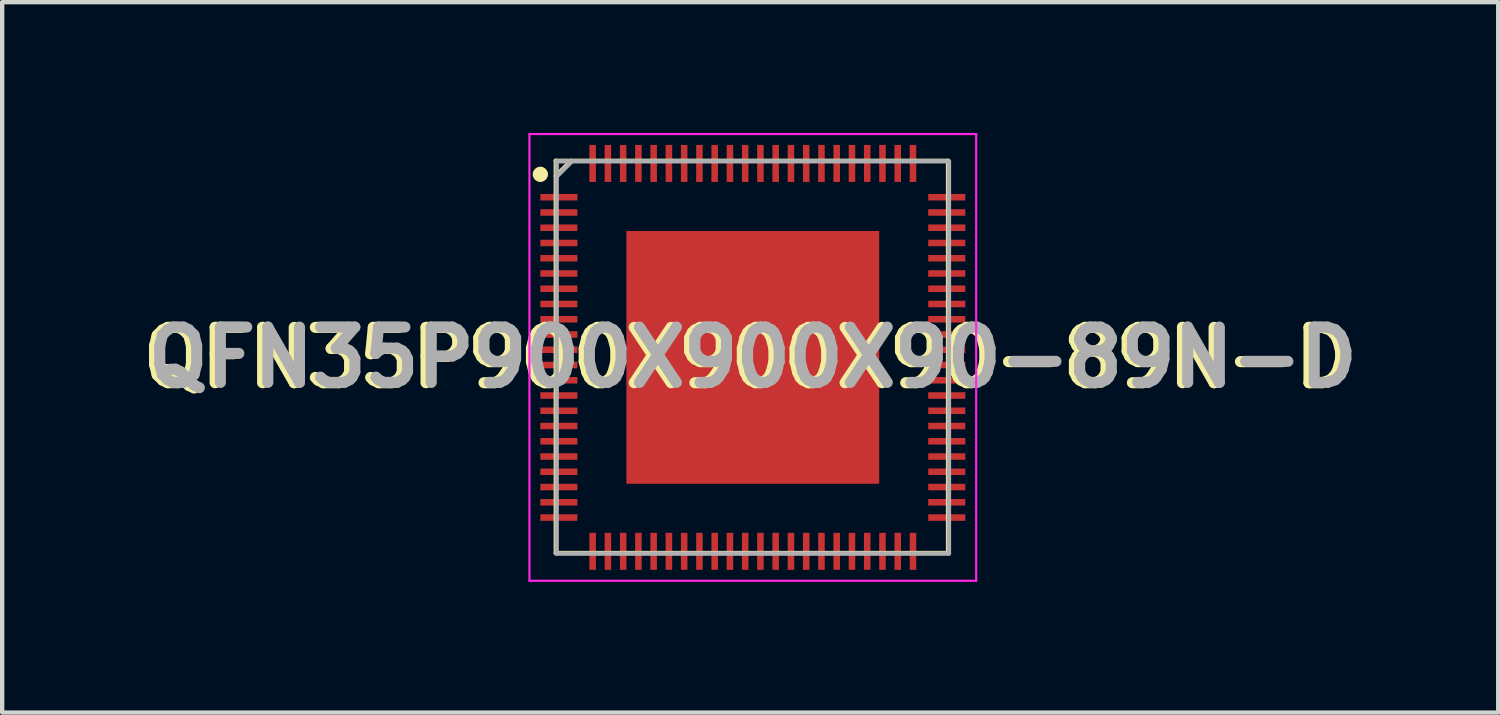
<source format=kicad_pcb>
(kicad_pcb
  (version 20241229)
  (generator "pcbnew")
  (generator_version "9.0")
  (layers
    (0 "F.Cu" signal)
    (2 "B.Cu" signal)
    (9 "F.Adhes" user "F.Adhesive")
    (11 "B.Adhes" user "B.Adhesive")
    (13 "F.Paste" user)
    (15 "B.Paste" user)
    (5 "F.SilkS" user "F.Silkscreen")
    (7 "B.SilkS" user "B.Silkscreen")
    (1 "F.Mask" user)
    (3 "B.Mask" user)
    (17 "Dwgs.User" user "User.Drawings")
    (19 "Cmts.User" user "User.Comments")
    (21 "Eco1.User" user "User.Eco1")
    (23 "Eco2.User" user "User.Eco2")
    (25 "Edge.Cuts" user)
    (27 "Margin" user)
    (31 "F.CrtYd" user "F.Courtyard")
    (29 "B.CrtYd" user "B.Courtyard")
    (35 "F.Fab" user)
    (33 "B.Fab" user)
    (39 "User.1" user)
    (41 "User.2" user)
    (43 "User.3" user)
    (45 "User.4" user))
  (footprint "QFN35P900X900X90-89N-D"
    (layer "F.Cu")
    (at 14.223 5.15)
    (property "Reference" "QFN35P900X900X90-89N-D" (at -0.12 0.007 0) (layer "F.SilkS") (effects (font (size 1.27 1.27) (thickness 0.254))))
    (attr smd)
    (fp_line (start -4.52 -4.51) (end 4.48 -4.51) (stroke (width 0.1) (type solid)) (layer "F.SilkS"))
    (fp_line (start -4.52 -4.16) (end -4.17 -4.51) (stroke (width 0.1) (type solid)) (layer "F.SilkS"))
    (fp_line (start -4.52 4.49) (end -4.52 -4.51) (stroke (width 0.1) (type solid)) (layer "F.SilkS"))
    (fp_line (start 4.48 -4.51) (end 4.48 4.49) (stroke (width 0.1) (type solid)) (layer "F.SilkS"))
    (fp_line (start 4.48 4.49) (end -4.52 4.49) (stroke (width 0.1) (type solid)) (layer "F.SilkS"))
    (fp_circle (center -4.875 -4.2) (end -4.875 -4.112) (stroke (width 0.175) (type solid)) (fill no) (layer "F.SilkS"))
    (fp_line (start -5.125 -5.125) (end 5.125 -5.125) (stroke (width 0.05) (type solid)) (layer "F.CrtYd"))
    (fp_line (start -5.125 5.125) (end -5.125 -5.125) (stroke (width 0.05) (type solid)) (layer "F.CrtYd"))
    (fp_line (start 5.125 -5.125) (end 5.125 5.125) (stroke (width 0.05) (type solid)) (layer "F.CrtYd"))
    (fp_line (start 5.125 5.125) (end -5.125 5.125) (stroke (width 0.05) (type solid)) (layer "F.CrtYd"))
    (fp_line (start -4.5 -4.5) (end 4.5 -4.5) (stroke (width 0.1) (type solid)) (layer "F.Fab"))
    (fp_line (start -4.5 -4.15) (end -4.15 -4.5) (stroke (width 0.1) (type solid)) (layer "F.Fab"))
    (fp_line (start -4.5 4.5) (end -4.5 -4.5) (stroke (width 0.1) (type solid)) (layer "F.Fab"))
    (fp_line (start 4.5 -4.5) (end 4.5 4.5) (stroke (width 0.1) (type solid)) (layer "F.Fab"))
    (fp_line (start 4.5 4.5) (end -4.5 4.5) (stroke (width 0.1) (type solid)) (layer "F.Fab"))
    (fp_text user "${REFERENCE}" (at 0 0 180) (layer "F.Fab") (effects (font (size 1.27 1.27) (thickness 0.254))))
    (pad "1" smd rect (at -4.45 -3.675 90) (size 0.15 0.85) (layers "F.Cu" "F.Mask" "F.Paste"))
    (pad "2" smd rect (at -4.45 -3.325 90) (size 0.15 0.85) (layers "F.Cu" "F.Mask" "F.Paste"))
    (pad "3" smd rect (at -4.45 -2.975 90) (size 0.15 0.85) (layers "F.Cu" "F.Mask" "F.Paste"))
    (pad "4" smd rect (at -4.45 -2.625 90) (size 0.15 0.85) (layers "F.Cu" "F.Mask" "F.Paste"))
    (pad "5" smd rect (at -4.45 -2.275 90) (size 0.15 0.85) (layers "F.Cu" "F.Mask" "F.Paste"))
    (pad "6" smd rect (at -4.45 -1.925 90) (size 0.15 0.85) (layers "F.Cu" "F.Mask" "F.Paste"))
    (pad "7" smd rect (at -4.45 -1.575 90) (size 0.15 0.85) (layers "F.Cu" "F.Mask" "F.Paste"))
    (pad "8" smd rect (at -4.45 -1.225 90) (size 0.15 0.85) (layers "F.Cu" "F.Mask" "F.Paste"))
    (pad "9" smd rect (at -4.45 -0.875 90) (size 0.15 0.85) (layers "F.Cu" "F.Mask" "F.Paste"))
    (pad "10" smd rect (at -4.45 -0.525 90) (size 0.15 0.85) (layers "F.Cu" "F.Mask" "F.Paste"))
    (pad "11" smd rect (at -4.45 -0.175 90) (size 0.15 0.85) (layers "F.Cu" "F.Mask" "F.Paste"))
    (pad "12" smd rect (at -4.45 0.175 90) (size 0.15 0.85) (layers "F.Cu" "F.Mask" "F.Paste"))
    (pad "13" smd rect (at -4.45 0.525 90) (size 0.15 0.85) (layers "F.Cu" "F.Mask" "F.Paste"))
    (pad "14" smd rect (at -4.45 0.875 90) (size 0.15 0.85) (layers "F.Cu" "F.Mask" "F.Paste"))
    (pad "15" smd rect (at -4.45 1.225 90) (size 0.15 0.85) (layers "F.Cu" "F.Mask" "F.Paste"))
    (pad "16" smd rect (at -4.45 1.575 90) (size 0.15 0.85) (layers "F.Cu" "F.Mask" "F.Paste"))
    (pad "17" smd rect (at -4.45 1.925 90) (size 0.15 0.85) (layers "F.Cu" "F.Mask" "F.Paste"))
    (pad "18" smd rect (at -4.45 2.275 90) (size 0.15 0.85) (layers "F.Cu" "F.Mask" "F.Paste"))
    (pad "19" smd rect (at -4.45 2.625 90) (size 0.15 0.85) (layers "F.Cu" "F.Mask" "F.Paste"))
    (pad "20" smd rect (at -4.45 2.975 90) (size 0.15 0.85) (layers "F.Cu" "F.Mask" "F.Paste"))
    (pad "21" smd rect (at -4.45 3.325 90) (size 0.15 0.85) (layers "F.Cu" "F.Mask" "F.Paste"))
    (pad "22" smd rect (at -4.45 3.675 90) (size 0.15 0.85) (layers "F.Cu" "F.Mask" "F.Paste"))
    (pad "23" smd rect (at -3.675 4.45) (size 0.15 0.85) (layers "F.Cu" "F.Mask" "F.Paste"))
    (pad "24" smd rect (at -3.325 4.45) (size 0.15 0.85) (layers "F.Cu" "F.Mask" "F.Paste"))
    (pad "25" smd rect (at -2.975 4.45) (size 0.15 0.85) (layers "F.Cu" "F.Mask" "F.Paste"))
    (pad "26" smd rect (at -2.625 4.45) (size 0.15 0.85) (layers "F.Cu" "F.Mask" "F.Paste"))
    (pad "27" smd rect (at -2.275 4.45) (size 0.15 0.85) (layers "F.Cu" "F.Mask" "F.Paste"))
    (pad "28" smd rect (at -1.925 4.45) (size 0.15 0.85) (layers "F.Cu" "F.Mask" "F.Paste"))
    (pad "29" smd rect (at -1.575 4.45) (size 0.15 0.85) (layers "F.Cu" "F.Mask" "F.Paste"))
    (pad "30" smd rect (at -1.225 4.45) (size 0.15 0.85) (layers "F.Cu" "F.Mask" "F.Paste"))
    (pad "31" smd rect (at -0.875 4.45) (size 0.15 0.85) (layers "F.Cu" "F.Mask" "F.Paste"))
    (pad "32" smd rect (at -0.525 4.45) (size 0.15 0.85) (layers "F.Cu" "F.Mask" "F.Paste"))
    (pad "33" smd rect (at -0.175 4.45) (size 0.15 0.85) (layers "F.Cu" "F.Mask" "F.Paste"))
    (pad "34" smd rect (at 0.175 4.45) (size 0.15 0.85) (layers "F.Cu" "F.Mask" "F.Paste"))
    (pad "35" smd rect (at 0.525 4.45) (size 0.15 0.85) (layers "F.Cu" "F.Mask" "F.Paste"))
    (pad "36" smd rect (at 0.875 4.45) (size 0.15 0.85) (layers "F.Cu" "F.Mask" "F.Paste"))
    (pad "37" smd rect (at 1.225 4.45) (size 0.15 0.85) (layers "F.Cu" "F.Mask" "F.Paste"))
    (pad "38" smd rect (at 1.575 4.45) (size 0.15 0.85) (layers "F.Cu" "F.Mask" "F.Paste"))
    (pad "39" smd rect (at 1.925 4.45) (size 0.15 0.85) (layers "F.Cu" "F.Mask" "F.Paste"))
    (pad "40" smd rect (at 2.275 4.45) (size 0.15 0.85) (layers "F.Cu" "F.Mask" "F.Paste"))
    (pad "41" smd rect (at 2.625 4.45) (size 0.15 0.85) (layers "F.Cu" "F.Mask" "F.Paste"))
    (pad "42" smd rect (at 2.975 4.45) (size 0.15 0.85) (layers "F.Cu" "F.Mask" "F.Paste"))
    (pad "43" smd rect (at 3.325 4.45) (size 0.15 0.85) (layers "F.Cu" "F.Mask" "F.Paste"))
    (pad "44" smd rect (at 3.675 4.45) (size 0.15 0.85) (layers "F.Cu" "F.Mask" "F.Paste"))
    (pad "45" smd rect (at 4.45 3.675 90) (size 0.15 0.85) (layers "F.Cu" "F.Mask" "F.Paste"))
    (pad "46" smd rect (at 4.45 3.325 90) (size 0.15 0.85) (layers "F.Cu" "F.Mask" "F.Paste"))
    (pad "47" smd rect (at 4.45 2.975 90) (size 0.15 0.85) (layers "F.Cu" "F.Mask" "F.Paste"))
    (pad "48" smd rect (at 4.45 2.625 90) (size 0.15 0.85) (layers "F.Cu" "F.Mask" "F.Paste"))
    (pad "49" smd rect (at 4.45 2.275 90) (size 0.15 0.85) (layers "F.Cu" "F.Mask" "F.Paste"))
    (pad "50" smd rect (at 4.45 1.925 90) (size 0.15 0.85) (layers "F.Cu" "F.Mask" "F.Paste"))
    (pad "51" smd rect (at 4.45 1.575 90) (size 0.15 0.85) (layers "F.Cu" "F.Mask" "F.Paste"))
    (pad "52" smd rect (at 4.45 1.225 90) (size 0.15 0.85) (layers "F.Cu" "F.Mask" "F.Paste"))
    (pad "53" smd rect (at 4.45 0.875 90) (size 0.15 0.85) (layers "F.Cu" "F.Mask" "F.Paste"))
    (pad "54" smd rect (at 4.45 0.525 90) (size 0.15 0.85) (layers "F.Cu" "F.Mask" "F.Paste"))
    (pad "55" smd rect (at 4.45 0.175 90) (size 0.15 0.85) (layers "F.Cu" "F.Mask" "F.Paste"))
    (pad "56" smd rect (at 4.45 -0.175 90) (size 0.15 0.85) (layers "F.Cu" "F.Mask" "F.Paste"))
    (pad "57" smd rect (at 4.45 -0.525 90) (size 0.15 0.85) (layers "F.Cu" "F.Mask" "F.Paste"))
    (pad "58" smd rect (at 4.45 -0.875 90) (size 0.15 0.85) (layers "F.Cu" "F.Mask" "F.Paste"))
    (pad "59" smd rect (at 4.45 -1.225 90) (size 0.15 0.85) (layers "F.Cu" "F.Mask" "F.Paste"))
    (pad "60" smd rect (at 4.45 -1.575 90) (size 0.15 0.85) (layers "F.Cu" "F.Mask" "F.Paste"))
    (pad "61" smd rect (at 4.45 -1.925 90) (size 0.15 0.85) (layers "F.Cu" "F.Mask" "F.Paste"))
    (pad "62" smd rect (at 4.45 -2.275 90) (size 0.15 0.85) (layers "F.Cu" "F.Mask" "F.Paste"))
    (pad "63" smd rect (at 4.45 -2.625 90) (size 0.15 0.85) (layers "F.Cu" "F.Mask" "F.Paste"))
    (pad "64" smd rect (at 4.45 -2.975 90) (size 0.15 0.85) (layers "F.Cu" "F.Mask" "F.Paste"))
    (pad "65" smd rect (at 4.45 -3.325 90) (size 0.15 0.85) (layers "F.Cu" "F.Mask" "F.Paste"))
    (pad "66" smd rect (at 4.45 -3.675 90) (size 0.15 0.85) (layers "F.Cu" "F.Mask" "F.Paste"))
    (pad "67" smd rect (at 3.675 -4.45) (size 0.15 0.85) (layers "F.Cu" "F.Mask" "F.Paste"))
    (pad "68" smd rect (at 3.325 -4.45) (size 0.15 0.85) (layers "F.Cu" "F.Mask" "F.Paste"))
    (pad "69" smd rect (at 2.975 -4.45) (size 0.15 0.85) (layers "F.Cu" "F.Mask" "F.Paste"))
    (pad "70" smd rect (at 2.625 -4.45) (size 0.15 0.85) (layers "F.Cu" "F.Mask" "F.Paste"))
    (pad "71" smd rect (at 2.275 -4.45) (size 0.15 0.85) (layers "F.Cu" "F.Mask" "F.Paste"))
    (pad "72" smd rect (at 1.925 -4.45) (size 0.15 0.85) (layers "F.Cu" "F.Mask" "F.Paste"))
    (pad "73" smd rect (at 1.575 -4.45) (size 0.15 0.85) (layers "F.Cu" "F.Mask" "F.Paste"))
    (pad "74" smd rect (at 1.225 -4.45) (size 0.15 0.85) (layers "F.Cu" "F.Mask" "F.Paste"))
    (pad "75" smd rect (at 0.875 -4.45) (size 0.15 0.85) (layers "F.Cu" "F.Mask" "F.Paste"))
    (pad "76" smd rect (at 0.525 -4.45) (size 0.15 0.85) (layers "F.Cu" "F.Mask" "F.Paste"))
    (pad "77" smd rect (at 0.175 -4.45) (size 0.15 0.85) (layers "F.Cu" "F.Mask" "F.Paste"))
    (pad "78" smd rect (at -0.175 -4.45) (size 0.15 0.85) (layers "F.Cu" "F.Mask" "F.Paste"))
    (pad "79" smd rect (at -0.525 -4.45) (size 0.15 0.85) (layers "F.Cu" "F.Mask" "F.Paste"))
    (pad "80" smd rect (at -0.875 -4.45) (size 0.15 0.85) (layers "F.Cu" "F.Mask" "F.Paste"))
    (pad "81" smd rect (at -1.225 -4.45) (size 0.15 0.85) (layers "F.Cu" "F.Mask" "F.Paste"))
    (pad "82" smd rect (at -1.575 -4.45) (size 0.15 0.85) (layers "F.Cu" "F.Mask" "F.Paste"))
    (pad "83" smd rect (at -1.925 -4.45) (size 0.15 0.85) (layers "F.Cu" "F.Mask" "F.Paste"))
    (pad "84" smd rect (at -2.275 -4.45) (size 0.15 0.85) (layers "F.Cu" "F.Mask" "F.Paste"))
    (pad "85" smd rect (at -2.625 -4.45) (size 0.15 0.85) (layers "F.Cu" "F.Mask" "F.Paste"))
    (pad "86" smd rect (at -2.975 -4.45) (size 0.15 0.85) (layers "F.Cu" "F.Mask" "F.Paste"))
    (pad "87" smd rect (at -3.325 -4.45) (size 0.15 0.85) (layers "F.Cu" "F.Mask" "F.Paste"))
    (pad "88" smd rect (at -3.675 -4.45) (size 0.15 0.85) (layers "F.Cu" "F.Mask" "F.Paste"))
    (pad "89" smd rect (at 0 0) (size 5.8 5.8) (layers "F.Cu" "F.Mask" "F.Paste")))
  (gr_rect
    (start -3 -3)
    (end 31.326 13.3)
    (stroke (width 0.1) (type default))
    (fill no)
    (layer "Edge.Cuts")))
</source>
